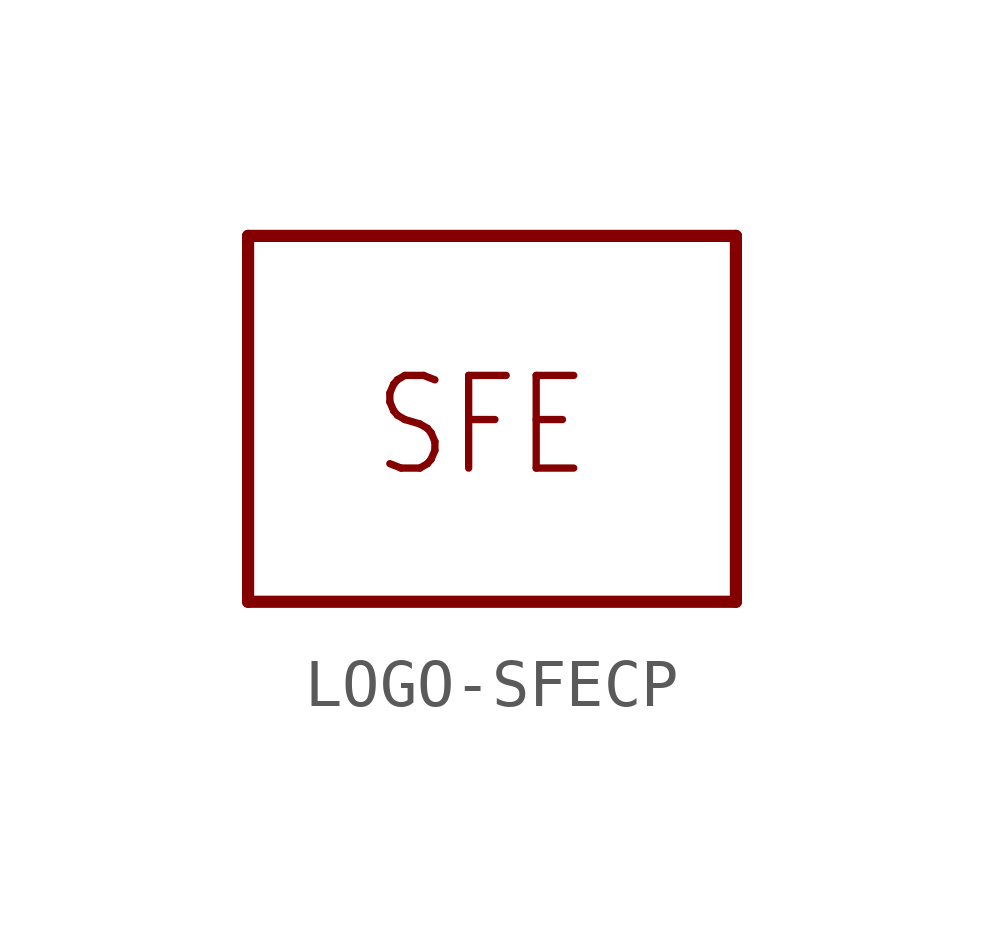
<source format=kicad_sym>
(kicad_symbol_lib
  (version 20211014)
  (generator kicad_symbol_editor)
  (symbol "LOGO-SFECP"
    (property "Reference" "JP"
      (at 0 0 0)
      (effects (font (size 1.27 1.27)) hide))
    (property "ki_locked" ""
      (at 0 0 0)
      (effects (font (size 1.27 1.27))))
    (symbol "LOGO-SFECP_1_0"
      (polyline (pts (xy -2.54 -2.54) (xy 7.62 -2.54)) (stroke (width 0.254) (type default) (color 0 0 0 0)) (fill (type none)))
      (polyline (pts (xy -2.54 5.08) (xy -2.54 -2.54)) (stroke (width 0.254) (type default) (color 0 0 0 0)) (fill (type none)))
      (polyline (pts (xy 7.62 -2.54) (xy 7.62 5.08)) (stroke (width 0.254) (type default) (color 0 0 0 0)) (fill (type none)))
      (polyline (pts (xy 7.62 5.08) (xy -2.54 5.08)) (stroke (width 0.254) (type default) (color 0 0 0 0)) (fill (type none)))
      (text "SFE" (at 0 0 0) (effects (font (size 1.93 1.641)) (justify left bottom))))))
</source>
